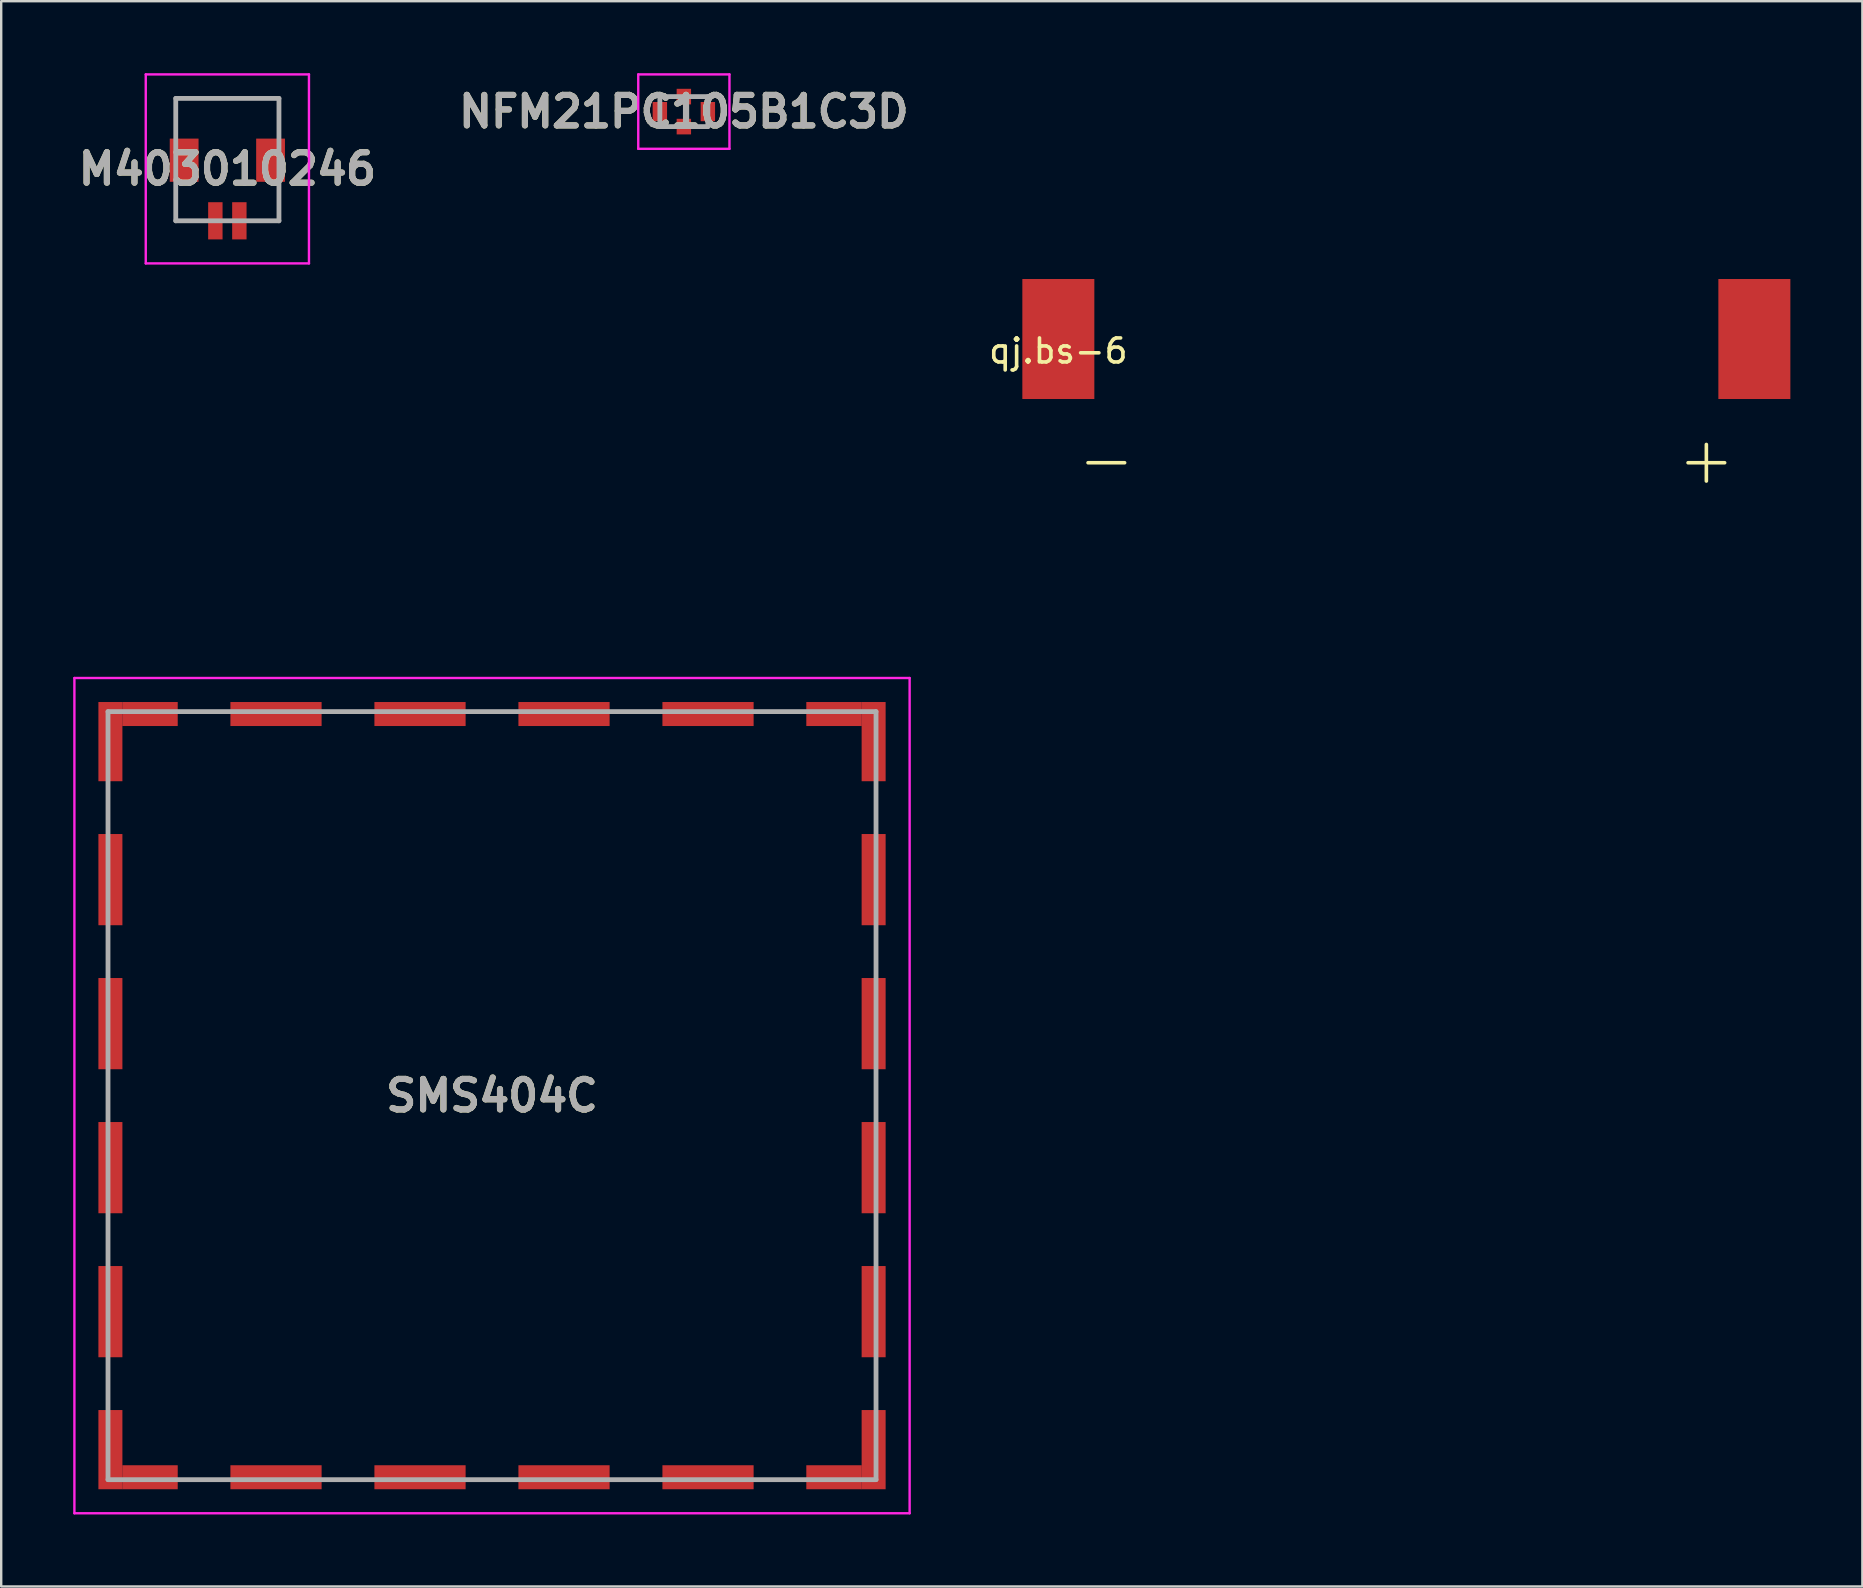
<source format=kicad_pcb>
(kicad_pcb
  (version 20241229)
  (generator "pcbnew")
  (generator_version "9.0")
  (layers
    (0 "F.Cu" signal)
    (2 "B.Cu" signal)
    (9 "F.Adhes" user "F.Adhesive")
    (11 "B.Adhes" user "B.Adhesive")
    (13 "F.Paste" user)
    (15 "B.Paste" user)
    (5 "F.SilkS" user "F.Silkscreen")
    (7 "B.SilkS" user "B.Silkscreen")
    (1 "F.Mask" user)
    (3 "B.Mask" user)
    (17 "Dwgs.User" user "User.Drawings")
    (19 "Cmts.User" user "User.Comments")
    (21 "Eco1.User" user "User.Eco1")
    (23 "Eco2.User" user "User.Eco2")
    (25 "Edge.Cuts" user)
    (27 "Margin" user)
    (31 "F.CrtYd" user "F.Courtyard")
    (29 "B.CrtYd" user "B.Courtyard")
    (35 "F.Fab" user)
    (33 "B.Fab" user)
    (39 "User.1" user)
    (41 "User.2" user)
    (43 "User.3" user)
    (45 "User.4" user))
  (footprint "qj.bs-6"
    (layer "F.Cu")
    (at 41.046 11.075)
    (property "Reference" "qj.bs-6" (at 0 0.5 0) (layer "F.SilkS") (effects (font (size 1 1) (thickness 0.15))))
    (attr through_hole)
    (fp_line (start 0 -8) (end 0 0) (stroke (width 0.12) (type solid)) (layer "Eco1.User"))
    (fp_line (start 0 0) (end 0 8) (stroke (width 0.12) (type solid)) (layer "Eco1.User"))
    (fp_line (start 0 8) (end 29 8) (stroke (width 0.12) (type solid)) (layer "Eco1.User"))
    (fp_line (start 29 -8) (end 0 -8) (stroke (width 0.12) (type solid)) (layer "Eco1.User"))
    (fp_line (start 29 8) (end 29 -8) (stroke (width 0.12) (type solid)) (layer "Eco1.User"))
    (fp_circle (center 14.5 0) (end 25.5 0) (stroke (width 0.15) (type solid)) (fill no) (layer "Eco1.User"))
    (fp_text user "-" (at 2 5 0) (layer "F.SilkS") (effects (font (size 2 2) (thickness 0.15))))
    (fp_text user "+" (at 27 5 0) (layer "F.SilkS") (effects (font (size 2 2) (thickness 0.15))))
    (pad "1" smd rect (at 29 0) (size 3 5) (layers "F.Cu" "F.Mask" "F.Paste"))
    (pad "2" smd rect (at 0 0) (size 3 5) (layers "F.Cu" "F.Mask" "F.Paste")))
  (footprint "SMS404C"
    (layer "F.Cu")
    (at 17.45 42.6)
    (property "Reference" "SMS404C" (at 0 0 0) (layer "F.SilkS") (effects (font (size 1.27 1.27) (thickness 0.254))))
    (attr smd)
    (fp_line (start -16 12.5) (end -16 11.5) (stroke (width 0.1) (type solid)) (layer "F.SilkS"))
    (fp_line (start -12.5 16) (end -11.5 16) (stroke (width 0.1) (type solid)) (layer "F.SilkS"))
    (fp_line (start 11.5 -16) (end 12.5 -16) (stroke (width 0.1) (type solid)) (layer "F.SilkS"))
    (fp_line (start 16 -12.5) (end 16 -11.5) (stroke (width 0.1) (type solid)) (layer "F.SilkS"))
    (fp_line (start -17.4 -17.4) (end 17.4 -17.4) (stroke (width 0.1) (type solid)) (layer "F.CrtYd"))
    (fp_line (start -17.4 17.4) (end -17.4 -17.4) (stroke (width 0.1) (type solid)) (layer "F.CrtYd"))
    (fp_line (start 17.4 -17.4) (end 17.4 17.4) (stroke (width 0.1) (type solid)) (layer "F.CrtYd"))
    (fp_line (start 17.4 17.4) (end -17.4 17.4) (stroke (width 0.1) (type solid)) (layer "F.CrtYd"))
    (fp_line (start -16 -16) (end 16 -16) (stroke (width 0.2) (type solid)) (layer "F.Fab"))
    (fp_line (start -16 16) (end -16 -16) (stroke (width 0.2) (type solid)) (layer "F.Fab"))
    (fp_line (start 16 -16) (end 16 16) (stroke (width 0.2) (type solid)) (layer "F.Fab"))
    (fp_line (start 16 16) (end -16 16) (stroke (width 0.2) (type solid)) (layer "F.Fab"))
    (fp_text user "${REFERENCE}" (at 0 0 0) (layer "F.Fab") (effects (font (size 1.27 1.27) (thickness 0.254))))
    (pad "1" smd rect (at -14.25 15.9 90) (size 1 2.31) (layers "F.Cu" "F.Mask" "F.Paste"))
    (pad "2" smd rect (at -9 15.9 90) (size 1 3.8) (layers "F.Cu" "F.Mask" "F.Paste"))
    (pad "3" smd rect (at -3 15.9 90) (size 1 3.8) (layers "F.Cu" "F.Mask" "F.Paste"))
    (pad "4" smd rect (at 3 15.9 90) (size 1 3.8) (layers "F.Cu" "F.Mask" "F.Paste"))
    (pad "5" smd rect (at 9 15.9 90) (size 1 3.8) (layers "F.Cu" "F.Mask" "F.Paste"))
    (pad "6" smd rect (at 14.25 15.9 90) (size 1 2.31) (layers "F.Cu" "F.Mask" "F.Paste"))
    (pad "7" smd rect (at 15.9 14.75) (size 1 3.3) (layers "F.Cu" "F.Mask" "F.Paste"))
    (pad "8" smd rect (at 15.9 9) (size 1 3.8) (layers "F.Cu" "F.Mask" "F.Paste"))
    (pad "9" smd rect (at 15.9 3) (size 1 3.8) (layers "F.Cu" "F.Mask" "F.Paste"))
    (pad "10" smd rect (at 15.9 -3) (size 1 3.8) (layers "F.Cu" "F.Mask" "F.Paste"))
    (pad "11" smd rect (at 15.9 -9) (size 1 3.8) (layers "F.Cu" "F.Mask" "F.Paste"))
    (pad "12" smd rect (at 15.9 -14.75) (size 1 3.3) (layers "F.Cu" "F.Mask" "F.Paste"))
    (pad "13" smd rect (at 14.25 -15.9 90) (size 1 2.31) (layers "F.Cu" "F.Mask" "F.Paste"))
    (pad "14" smd rect (at 9 -15.9 90) (size 1 3.8) (layers "F.Cu" "F.Mask" "F.Paste"))
    (pad "15" smd rect (at 3 -15.9 90) (size 1 3.8) (layers "F.Cu" "F.Mask" "F.Paste"))
    (pad "16" smd rect (at -3 -15.9 90) (size 1 3.8) (layers "F.Cu" "F.Mask" "F.Paste"))
    (pad "17" smd rect (at -9 -15.9 90) (size 1 3.8) (layers "F.Cu" "F.Mask" "F.Paste"))
    (pad "18" smd rect (at -14.25 -15.9 90) (size 1 2.31) (layers "F.Cu" "F.Mask" "F.Paste"))
    (pad "19" smd rect (at -15.9 -14.75) (size 1 3.3) (layers "F.Cu" "F.Mask" "F.Paste"))
    (pad "20" smd rect (at -15.9 -9) (size 1 3.8) (layers "F.Cu" "F.Mask" "F.Paste"))
    (pad "21" smd rect (at -15.9 -3) (size 1 3.8) (layers "F.Cu" "F.Mask" "F.Paste"))
    (pad "22" smd rect (at -15.9 3) (size 1 3.8) (layers "F.Cu" "F.Mask" "F.Paste"))
    (pad "23" smd rect (at -15.9 9) (size 1 3.8) (layers "F.Cu" "F.Mask" "F.Paste"))
    (pad "24" smd rect (at -15.9 14.75) (size 1 3.3) (layers "F.Cu" "F.Mask" "F.Paste")))
  (footprint "M403010246"
    (layer "F.Cu")
    (at 6.423 3.6)
    (property "Reference" "M403010246" (at 0 0.388 0) (layer "F.SilkS") (effects (font (size 1.27 1.27) (thickness 0.254))))
    (attr smd)
    (fp_line (start -2.15 -2.55) (end 2.15 -2.55) (stroke (width 0.1) (type solid)) (layer "F.SilkS"))
    (fp_line (start -2.15 -1.2) (end -2.15 -2.55) (stroke (width 0.1) (type solid)) (layer "F.SilkS"))
    (fp_line (start -2.15 1.2) (end -2.15 2.55) (stroke (width 0.1) (type solid)) (layer "F.SilkS"))
    (fp_line (start -2.15 2.55) (end -1.2 2.55) (stroke (width 0.1) (type solid)) (layer "F.SilkS"))
    (fp_line (start 2.15 -2.55) (end 2.15 -1.2) (stroke (width 0.1) (type solid)) (layer "F.SilkS"))
    (fp_line (start 2.15 1.2) (end 2.15 2.55) (stroke (width 0.1) (type solid)) (layer "F.SilkS"))
    (fp_line (start 2.15 2.55) (end 1.2 2.55) (stroke (width 0.1) (type solid)) (layer "F.SilkS"))
    (fp_line (start -3.4 -3.55) (end 3.4 -3.55) (stroke (width 0.1) (type solid)) (layer "F.CrtYd"))
    (fp_line (start -3.4 4.325) (end -3.4 -3.55) (stroke (width 0.1) (type solid)) (layer "F.CrtYd"))
    (fp_line (start 3.4 -3.55) (end 3.4 4.325) (stroke (width 0.1) (type solid)) (layer "F.CrtYd"))
    (fp_line (start 3.4 4.325) (end -3.4 4.325) (stroke (width 0.1) (type solid)) (layer "F.CrtYd"))
    (fp_line (start -2.15 -2.55) (end 2.15 -2.55) (stroke (width 0.2) (type solid)) (layer "F.Fab"))
    (fp_line (start -2.15 2.55) (end -2.15 -2.55) (stroke (width 0.2) (type solid)) (layer "F.Fab"))
    (fp_line (start 2.15 -2.55) (end 2.15 2.55) (stroke (width 0.2) (type solid)) (layer "F.Fab"))
    (fp_line (start 2.15 2.55) (end -2.15 2.55) (stroke (width 0.2) (type solid)) (layer "F.Fab"))
    (fp_text user "${REFERENCE}" (at 0 0.388 0) (layer "F.Fab") (effects (font (size 1.27 1.27) (thickness 0.254))))
    (pad "1" smd rect (at -0.5 2.55) (size 0.6 1.55) (layers "F.Cu" "F.Mask" "F.Paste"))
    (pad "2" smd rect (at 0.5 2.55) (size 0.6 1.55) (layers "F.Cu" "F.Mask" "F.Paste"))
    (pad "MP1" smd rect (at -1.8 0.025) (size 1.2 1.8) (layers "F.Cu" "F.Mask" "F.Paste"))
    (pad "MP2" smd rect (at 1.8 0.025) (size 1.2 1.8) (layers "F.Cu" "F.Mask" "F.Paste")))
  (footprint "NFM21PC105B1C3D"
    (layer "F.Cu")
    (at 25.443 1.6)
    (property "Reference" "NFM21PC105B1C3D" (at 0 0 0) (layer "F.SilkS") (effects (font (size 1.27 1.27) (thickness 0.254))))
    (attr smd)
    (fp_line (start -1.6 0) (end -1.6 0) (stroke (width 0.1) (type solid)) (layer "F.SilkS"))
    (fp_line (start -1.5 0) (end -1.5 0) (stroke (width 0.1) (type solid)) (layer "F.SilkS"))
    (fp_arc (start -1.6 0) (mid -1.55 -0.05) (end -1.5 0) (stroke (width 0.1) (type solid)) (layer "F.SilkS"))
    (fp_arc (start -1.5 0) (mid -1.55 0.05) (end -1.6 0) (stroke (width 0.1) (type solid)) (layer "F.SilkS"))
    (fp_line (start -1.9 -1.55) (end 1.9 -1.55) (stroke (width 0.1) (type solid)) (layer "F.CrtYd"))
    (fp_line (start -1.9 1.55) (end -1.9 -1.55) (stroke (width 0.1) (type solid)) (layer "F.CrtYd"))
    (fp_line (start 1.9 -1.55) (end 1.9 1.55) (stroke (width 0.1) (type solid)) (layer "F.CrtYd"))
    (fp_line (start 1.9 1.55) (end -1.9 1.55) (stroke (width 0.1) (type solid)) (layer "F.CrtYd"))
    (fp_line (start -1 -0.625) (end 1 -0.625) (stroke (width 0.2) (type solid)) (layer "F.Fab"))
    (fp_line (start -1 0.625) (end -1 -0.625) (stroke (width 0.2) (type solid)) (layer "F.Fab"))
    (fp_line (start 1 -0.625) (end 1 0.625) (stroke (width 0.2) (type solid)) (layer "F.Fab"))
    (fp_line (start 1 0.625) (end -1 0.625) (stroke (width 0.2) (type solid)) (layer "F.Fab"))
    (fp_text user "${REFERENCE}" (at 0 0 0) (layer "F.Fab") (effects (font (size 1.27 1.27) (thickness 0.254))))
    (pad "1" smd rect (at 0 0.625) (size 0.6 0.65) (layers "F.Cu" "F.Mask" "F.Paste"))
    (pad "2" smd rect (at -1 0) (size 0.6 0.8) (layers "F.Cu" "F.Mask" "F.Paste"))
    (pad "2" smd rect (at 1 0) (size 0.6 0.8) (layers "F.Cu" "F.Mask" "F.Paste"))
    (pad "3" smd rect (at 0 -0.625) (size 0.6 0.65) (layers "F.Cu" "F.Mask" "F.Paste")))
  (gr_rect
    (start -3 -3)
    (end 74.546 63.05)
    (stroke (width 0.1) (type default))
    (fill no)
    (layer "Edge.Cuts")))
</source>
